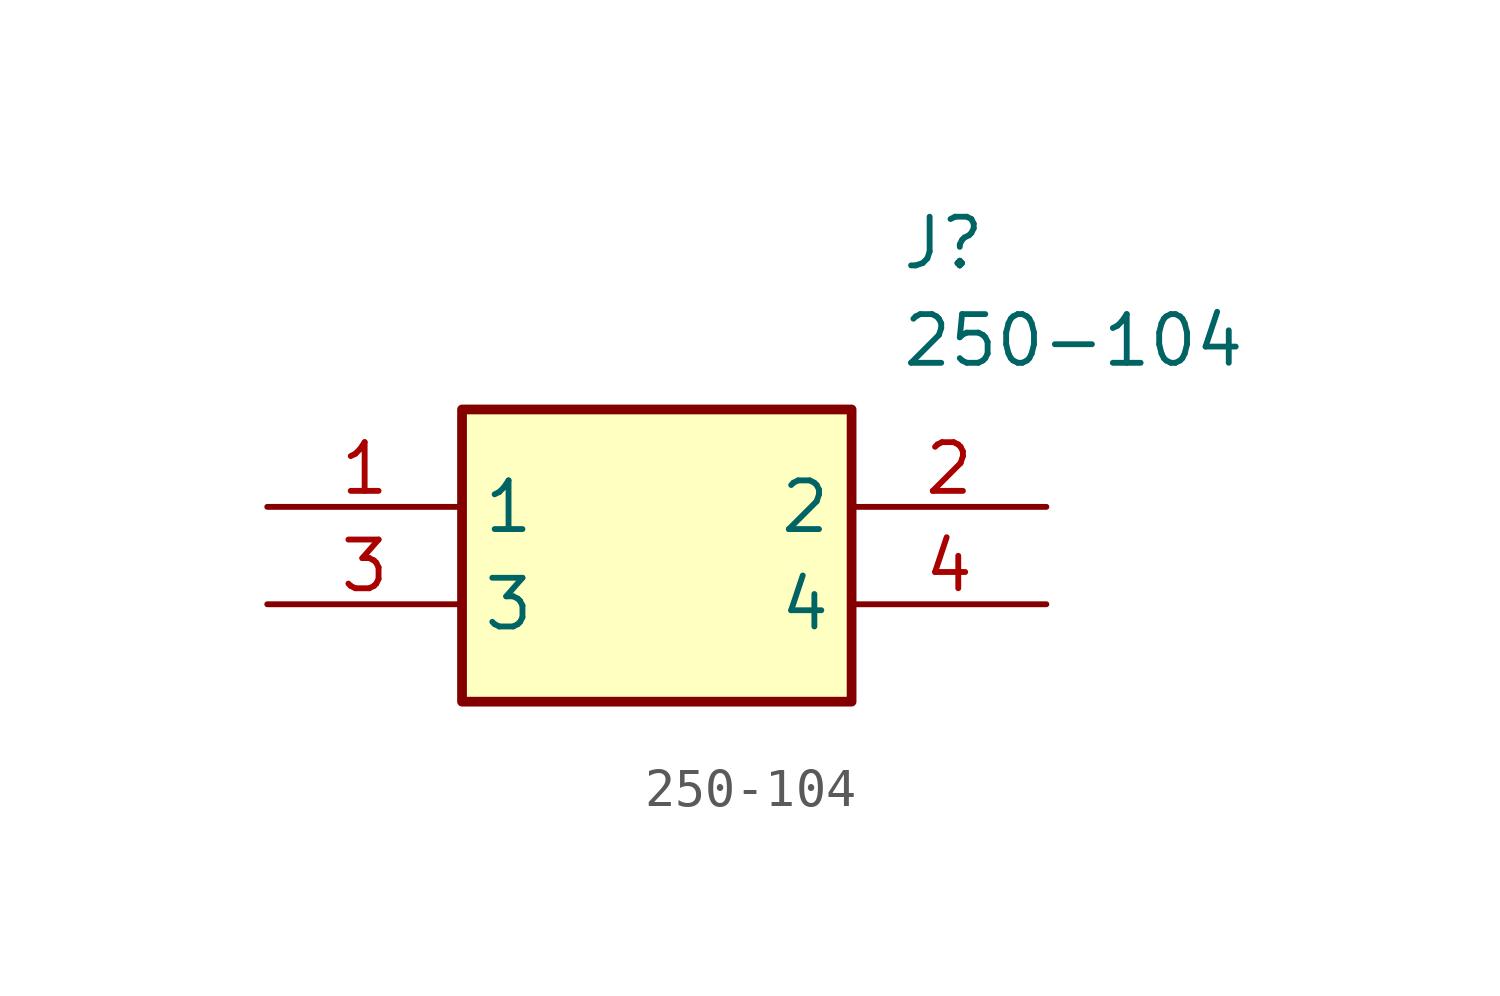
<source format=kicad_sym>
(kicad_symbol_lib
  (version 20211014)
  (generator SamacSys_ECAD_Model)
  (symbol "250-104"
    (property "Reference" "J"
      (at 16.51 7.62 0)
      (effects (font (size 1.27 1.27)) (justify left top)))
    (property "Value" "250-104"
      (at 16.51 5.08 0)
      (effects (font (size 1.27 1.27)) (justify left top)))
    (rectangle
      (start 5.08 2.54)
      (end 15.24 -5.08)
      (stroke (width 0.254) (type default))
      (fill (type background)))
    (pin passive line
      (at 0 0 0)
      (length 5.08)
      (name "1" (effects (font (size 1.27 1.27))))
      (number "1" (effects (font (size 1.27 1.27)))))
    (pin passive line
      (at 20.32 0 180)
      (length 5.08)
      (name "2" (effects (font (size 1.27 1.27))))
      (number "2" (effects (font (size 1.27 1.27)))))
    (pin passive line
      (at 0 -2.54 0)
      (length 5.08)
      (name "3" (effects (font (size 1.27 1.27))))
      (number "3" (effects (font (size 1.27 1.27)))))
    (pin passive line
      (at 20.32 -2.54 180)
      (length 5.08)
      (name "4" (effects (font (size 1.27 1.27))))
      (number "4" (effects (font (size 1.27 1.27)))))))
</source>
